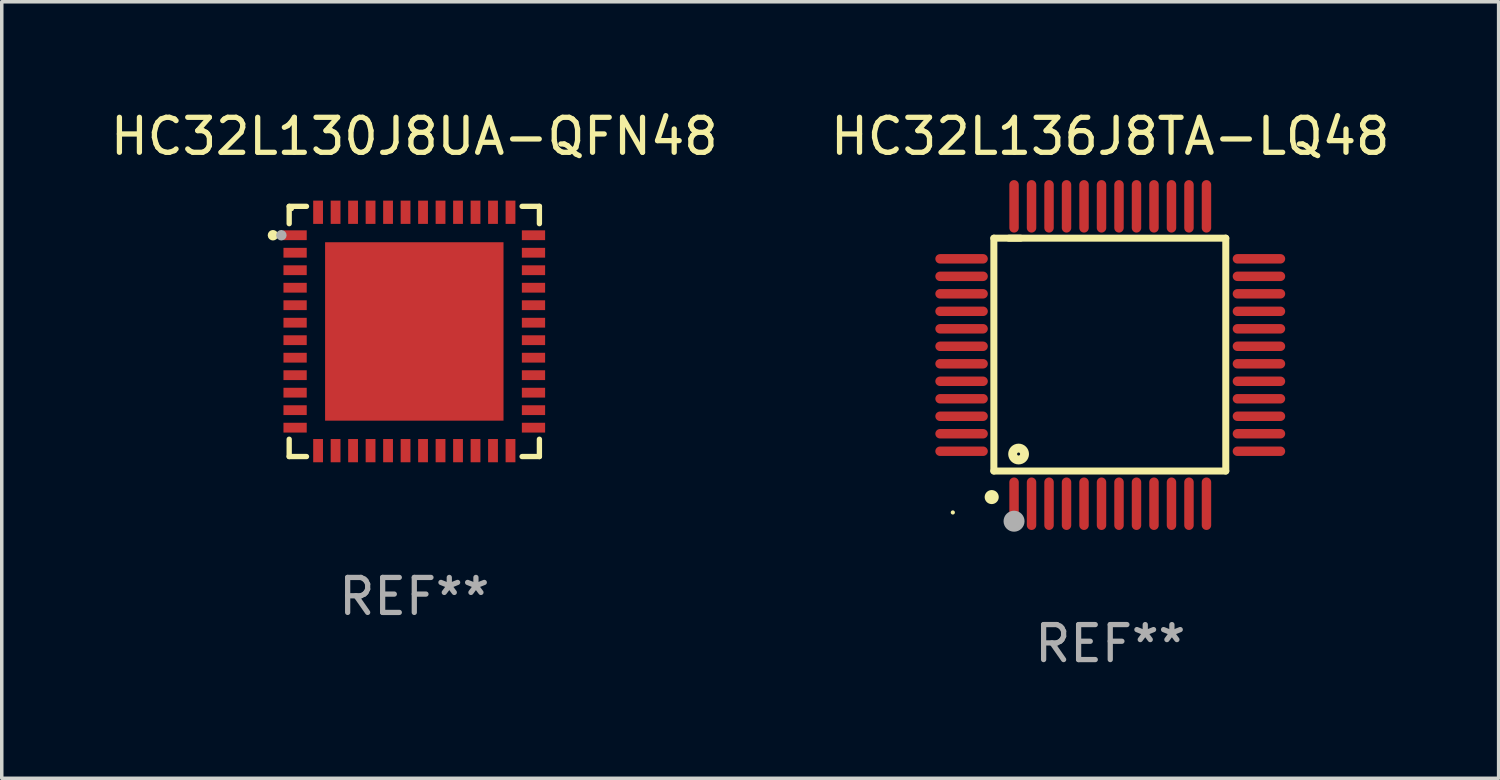
<source format=kicad_pcb>
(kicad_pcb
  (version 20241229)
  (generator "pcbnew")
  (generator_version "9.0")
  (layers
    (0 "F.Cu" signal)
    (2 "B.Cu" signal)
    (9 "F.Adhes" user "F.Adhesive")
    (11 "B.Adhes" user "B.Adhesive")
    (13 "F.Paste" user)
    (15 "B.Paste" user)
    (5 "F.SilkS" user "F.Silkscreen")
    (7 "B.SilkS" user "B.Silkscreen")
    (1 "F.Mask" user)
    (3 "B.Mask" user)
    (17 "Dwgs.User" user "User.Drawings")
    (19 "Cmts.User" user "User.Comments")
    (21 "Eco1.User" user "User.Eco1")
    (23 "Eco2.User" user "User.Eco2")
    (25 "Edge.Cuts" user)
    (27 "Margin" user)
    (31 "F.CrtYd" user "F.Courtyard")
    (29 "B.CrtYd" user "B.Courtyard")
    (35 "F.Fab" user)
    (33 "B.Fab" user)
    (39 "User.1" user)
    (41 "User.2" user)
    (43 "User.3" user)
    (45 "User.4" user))
  (footprint "HC32L130J8UA-QFN48"
    (layer "F.Cu")
    (at 8.792 6.424)
    (property "Reference" "HC32L130J8UA-QFN48" (at 0 -5.576 0) (layer "F.SilkS") (effects (font (size 1 1) (thickness 0.15))))
    (attr through_hole)
    (fp_line (start -3.576 -3.576) (end -3.576 -3.081) (stroke (width 0.152) (type solid)) (layer "F.SilkS"))
    (fp_line (start -3.576 3.576) (end -3.576 3.081) (stroke (width 0.152) (type solid)) (layer "F.SilkS"))
    (fp_line (start -3.081 -3.576) (end -3.576 -3.576) (stroke (width 0.152) (type solid)) (layer "F.SilkS"))
    (fp_line (start -3.081 3.576) (end -3.576 3.576) (stroke (width 0.152) (type solid)) (layer "F.SilkS"))
    (fp_line (start 3.081 -3.576) (end 3.576 -3.576) (stroke (width 0.152) (type solid)) (layer "F.SilkS"))
    (fp_line (start 3.081 3.576) (end 3.576 3.576) (stroke (width 0.152) (type solid)) (layer "F.SilkS"))
    (fp_line (start 3.576 -3.576) (end 3.576 -3.081) (stroke (width 0.152) (type solid)) (layer "F.SilkS"))
    (fp_line (start 3.576 3.576) (end 3.576 3.081) (stroke (width 0.152) (type solid)) (layer "F.SilkS"))
    (fp_circle (center -4.04 -2.75) (end -3.965 -2.75) (stroke (width 0.15) (type solid)) (fill no) (layer "F.SilkS"))
    (fp_circle (center -3.5 -3.5) (end -3.47 -3.5) (stroke (width 0.06) (type solid)) (fill no) (layer "F.SilkS"))
    (fp_circle (center -3.8 -2.75) (end -3.725 -2.75) (stroke (width 0.15) (type solid)) (fill no) (layer "F.Fab"))
    (fp_text user "REF**" (at 0 7.576 0) (layer "F.Fab") (effects (font (size 1 1) (thickness 0.15))))
    (pad "1" smd rect (at -3.407 -2.75) (size 0.665 0.28) (layers "F.Cu" "F.Mask" "F.Paste"))
    (pad "2" smd rect (at -3.407 -2.25) (size 0.665 0.28) (layers "F.Cu" "F.Mask" "F.Paste"))
    (pad "3" smd rect (at -3.407 -1.75) (size 0.665 0.28) (layers "F.Cu" "F.Mask" "F.Paste"))
    (pad "4" smd rect (at -3.407 -1.25) (size 0.665 0.28) (layers "F.Cu" "F.Mask" "F.Paste"))
    (pad "5" smd rect (at -3.407 -0.75) (size 0.665 0.28) (layers "F.Cu" "F.Mask" "F.Paste"))
    (pad "6" smd rect (at -3.407 -0.25) (size 0.665 0.28) (layers "F.Cu" "F.Mask" "F.Paste"))
    (pad "7" smd rect (at -3.407 0.25) (size 0.665 0.28) (layers "F.Cu" "F.Mask" "F.Paste"))
    (pad "8" smd rect (at -3.407 0.75) (size 0.665 0.28) (layers "F.Cu" "F.Mask" "F.Paste"))
    (pad "9" smd rect (at -3.407 1.25) (size 0.665 0.28) (layers "F.Cu" "F.Mask" "F.Paste"))
    (pad "10" smd rect (at -3.407 1.75) (size 0.665 0.28) (layers "F.Cu" "F.Mask" "F.Paste"))
    (pad "11" smd rect (at -3.407 2.25) (size 0.665 0.28) (layers "F.Cu" "F.Mask" "F.Paste"))
    (pad "12" smd rect (at -3.407 2.75) (size 0.665 0.28) (layers "F.Cu" "F.Mask" "F.Paste"))
    (pad "13" smd rect (at -2.75 3.407) (size 0.28 0.665) (layers "F.Cu" "F.Mask" "F.Paste"))
    (pad "14" smd rect (at -2.25 3.407) (size 0.28 0.665) (layers "F.Cu" "F.Mask" "F.Paste"))
    (pad "15" smd rect (at -1.75 3.407) (size 0.28 0.665) (layers "F.Cu" "F.Mask" "F.Paste"))
    (pad "16" smd rect (at -1.25 3.407) (size 0.28 0.665) (layers "F.Cu" "F.Mask" "F.Paste"))
    (pad "17" smd rect (at -0.75 3.407) (size 0.28 0.665) (layers "F.Cu" "F.Mask" "F.Paste"))
    (pad "18" smd rect (at -0.25 3.407) (size 0.28 0.665) (layers "F.Cu" "F.Mask" "F.Paste"))
    (pad "19" smd rect (at 0.25 3.407) (size 0.28 0.665) (layers "F.Cu" "F.Mask" "F.Paste"))
    (pad "20" smd rect (at 0.75 3.407) (size 0.28 0.665) (layers "F.Cu" "F.Mask" "F.Paste"))
    (pad "21" smd rect (at 1.25 3.407) (size 0.28 0.665) (layers "F.Cu" "F.Mask" "F.Paste"))
    (pad "22" smd rect (at 1.75 3.407) (size 0.28 0.665) (layers "F.Cu" "F.Mask" "F.Paste"))
    (pad "23" smd rect (at 2.25 3.407) (size 0.28 0.665) (layers "F.Cu" "F.Mask" "F.Paste"))
    (pad "24" smd rect (at 2.75 3.407) (size 0.28 0.665) (layers "F.Cu" "F.Mask" "F.Paste"))
    (pad "25" smd rect (at 3.407 2.75) (size 0.665 0.28) (layers "F.Cu" "F.Mask" "F.Paste"))
    (pad "26" smd rect (at 3.407 2.25) (size 0.665 0.28) (layers "F.Cu" "F.Mask" "F.Paste"))
    (pad "27" smd rect (at 3.407 1.75) (size 0.665 0.28) (layers "F.Cu" "F.Mask" "F.Paste"))
    (pad "28" smd rect (at 3.407 1.25) (size 0.665 0.28) (layers "F.Cu" "F.Mask" "F.Paste"))
    (pad "29" smd rect (at 3.407 0.75) (size 0.665 0.28) (layers "F.Cu" "F.Mask" "F.Paste"))
    (pad "30" smd rect (at 3.407 0.25) (size 0.665 0.28) (layers "F.Cu" "F.Mask" "F.Paste"))
    (pad "31" smd rect (at 3.407 -0.25) (size 0.665 0.28) (layers "F.Cu" "F.Mask" "F.Paste"))
    (pad "32" smd rect (at 3.407 -0.75) (size 0.665 0.28) (layers "F.Cu" "F.Mask" "F.Paste"))
    (pad "33" smd rect (at 3.407 -1.25) (size 0.665 0.28) (layers "F.Cu" "F.Mask" "F.Paste"))
    (pad "34" smd rect (at 3.407 -1.75) (size 0.665 0.28) (layers "F.Cu" "F.Mask" "F.Paste"))
    (pad "35" smd rect (at 3.407 -2.25) (size 0.665 0.28) (layers "F.Cu" "F.Mask" "F.Paste"))
    (pad "36" smd rect (at 3.407 -2.75) (size 0.665 0.28) (layers "F.Cu" "F.Mask" "F.Paste"))
    (pad "37" smd rect (at 2.75 -3.407) (size 0.28 0.665) (layers "F.Cu" "F.Mask" "F.Paste"))
    (pad "38" smd rect (at 2.25 -3.407) (size 0.28 0.665) (layers "F.Cu" "F.Mask" "F.Paste"))
    (pad "39" smd rect (at 1.75 -3.407) (size 0.28 0.665) (layers "F.Cu" "F.Mask" "F.Paste"))
    (pad "40" smd rect (at 1.25 -3.407) (size 0.28 0.665) (layers "F.Cu" "F.Mask" "F.Paste"))
    (pad "41" smd rect (at 0.75 -3.407) (size 0.28 0.665) (layers "F.Cu" "F.Mask" "F.Paste"))
    (pad "42" smd rect (at 0.25 -3.407) (size 0.28 0.665) (layers "F.Cu" "F.Mask" "F.Paste"))
    (pad "43" smd rect (at -0.25 -3.407) (size 0.28 0.665) (layers "F.Cu" "F.Mask" "F.Paste"))
    (pad "44" smd rect (at -0.75 -3.407) (size 0.28 0.665) (layers "F.Cu" "F.Mask" "F.Paste"))
    (pad "45" smd rect (at -1.25 -3.407) (size 0.28 0.665) (layers "F.Cu" "F.Mask" "F.Paste"))
    (pad "46" smd rect (at -1.75 -3.407) (size 0.28 0.665) (layers "F.Cu" "F.Mask" "F.Paste"))
    (pad "47" smd rect (at -2.25 -3.407) (size 0.28 0.665) (layers "F.Cu" "F.Mask" "F.Paste"))
    (pad "48" smd rect (at -2.75 -3.407) (size 0.28 0.665) (layers "F.Cu" "F.Mask" "F.Paste"))
    (pad "49" smd rect (at 0 0) (size 5.1 5.1) (layers "F.Cu" "F.Mask" "F.Paste")))
  (footprint "HC32L136J8TA-LQ48"
    (layer "F.Cu")
    (at 28.685 7.098)
    (property "Reference" "HC32L136J8TA-LQ48" (at 0 -6.25 0) (layer "F.SilkS") (effects (font (size 1 1) (thickness 0.15))))
    (attr through_hole)
    (fp_line (start -3.327 -3.34) (end -2.565 -3.34) (stroke (width 0.2) (type solid)) (layer "F.SilkS"))
    (fp_line (start -3.327 3.315) (end -3.327 -3.34) (stroke (width 0.2) (type solid)) (layer "F.SilkS"))
    (fp_line (start -2.896 -3.34) (end 3.302 -3.34) (stroke (width 0.2) (type solid)) (layer "F.SilkS"))
    (fp_line (start 3.302 -3.34) (end 3.302 3.315) (stroke (width 0.2) (type solid)) (layer "F.SilkS"))
    (fp_line (start 3.302 3.315) (end -3.327 3.315) (stroke (width 0.2) (type solid)) (layer "F.SilkS"))
    (fp_arc (start -3.389992 4.059995) (mid -3.388722 4.059991) (end -3.387452 4.059995) (stroke (width 0.4) (type solid)) (layer "F.SilkS"))
    (fp_circle (center -4.5 4.5) (end -4.47 4.5) (stroke (width 0.06) (type solid)) (fill no) (layer "F.SilkS"))
    (fp_circle (center -2.62 2.83) (end -2.45 2.83) (stroke (width 0.254) (type solid)) (fill no) (layer "F.SilkS"))
    (fp_circle (center -2.75 4.75) (end -2.6 4.75) (stroke (width 0.3) (type solid)) (fill no) (layer "F.Fab"))
    (fp_text user "REF**" (at 0 8.25 0) (layer "F.Fab") (effects (font (size 1 1) (thickness 0.15))))
    (pad "1" smd oval (at -2.75 4.25) (size 0.27 1.5) (layers "F.Cu" "F.Mask" "F.Paste"))
    (pad "2" smd oval (at -2.25 4.25) (size 0.27 1.5) (layers "F.Cu" "F.Mask" "F.Paste"))
    (pad "3" smd oval (at -1.75 4.25) (size 0.27 1.5) (layers "F.Cu" "F.Mask" "F.Paste"))
    (pad "4" smd oval (at -1.25 4.25) (size 0.27 1.5) (layers "F.Cu" "F.Mask" "F.Paste"))
    (pad "5" smd oval (at -0.75 4.25) (size 0.27 1.5) (layers "F.Cu" "F.Mask" "F.Paste"))
    (pad "6" smd oval (at -0.25 4.25) (size 0.27 1.5) (layers "F.Cu" "F.Mask" "F.Paste"))
    (pad "7" smd oval (at 0.25 4.25) (size 0.27 1.5) (layers "F.Cu" "F.Mask" "F.Paste"))
    (pad "8" smd oval (at 0.75 4.25) (size 0.27 1.5) (layers "F.Cu" "F.Mask" "F.Paste"))
    (pad "9" smd oval (at 1.25 4.25) (size 0.27 1.5) (layers "F.Cu" "F.Mask" "F.Paste"))
    (pad "10" smd oval (at 1.75 4.25) (size 0.27 1.5) (layers "F.Cu" "F.Mask" "F.Paste"))
    (pad "11" smd oval (at 2.25 4.25) (size 0.27 1.5) (layers "F.Cu" "F.Mask" "F.Paste"))
    (pad "12" smd oval (at 2.75 4.25) (size 0.27 1.5) (layers "F.Cu" "F.Mask" "F.Paste"))
    (pad "13" smd oval (at 4.25 2.75) (size 1.5 0.27) (layers "F.Cu" "F.Mask" "F.Paste"))
    (pad "14" smd oval (at 4.25 2.25) (size 1.5 0.27) (layers "F.Cu" "F.Mask" "F.Paste"))
    (pad "15" smd oval (at 4.25 1.75) (size 1.5 0.27) (layers "F.Cu" "F.Mask" "F.Paste"))
    (pad "16" smd oval (at 4.25 1.25) (size 1.5 0.27) (layers "F.Cu" "F.Mask" "F.Paste"))
    (pad "17" smd oval (at 4.25 0.75) (size 1.5 0.27) (layers "F.Cu" "F.Mask" "F.Paste"))
    (pad "18" smd oval (at 4.25 0.25) (size 1.5 0.27) (layers "F.Cu" "F.Mask" "F.Paste"))
    (pad "19" smd oval (at 4.25 -0.25) (size 1.5 0.27) (layers "F.Cu" "F.Mask" "F.Paste"))
    (pad "20" smd oval (at 4.25 -0.75) (size 1.5 0.27) (layers "F.Cu" "F.Mask" "F.Paste"))
    (pad "21" smd oval (at 4.25 -1.25) (size 1.5 0.27) (layers "F.Cu" "F.Mask" "F.Paste"))
    (pad "22" smd oval (at 4.25 -1.75) (size 1.5 0.27) (layers "F.Cu" "F.Mask" "F.Paste"))
    (pad "23" smd oval (at 4.25 -2.25) (size 1.5 0.27) (layers "F.Cu" "F.Mask" "F.Paste"))
    (pad "24" smd oval (at 4.25 -2.75) (size 1.5 0.27) (layers "F.Cu" "F.Mask" "F.Paste"))
    (pad "25" smd oval (at 2.75 -4.25) (size 0.27 1.5) (layers "F.Cu" "F.Mask" "F.Paste"))
    (pad "26" smd oval (at 2.25 -4.25) (size 0.27 1.5) (layers "F.Cu" "F.Mask" "F.Paste"))
    (pad "27" smd oval (at 1.75 -4.25) (size 0.27 1.5) (layers "F.Cu" "F.Mask" "F.Paste"))
    (pad "28" smd oval (at 1.25 -4.25) (size 0.27 1.5) (layers "F.Cu" "F.Mask" "F.Paste"))
    (pad "29" smd oval (at 0.75 -4.25) (size 0.27 1.5) (layers "F.Cu" "F.Mask" "F.Paste"))
    (pad "30" smd oval (at 0.25 -4.25) (size 0.27 1.5) (layers "F.Cu" "F.Mask" "F.Paste"))
    (pad "31" smd oval (at -0.25 -4.25) (size 0.27 1.5) (layers "F.Cu" "F.Mask" "F.Paste"))
    (pad "32" smd oval (at -0.75 -4.25) (size 0.27 1.5) (layers "F.Cu" "F.Mask" "F.Paste"))
    (pad "33" smd oval (at -1.25 -4.25) (size 0.27 1.5) (layers "F.Cu" "F.Mask" "F.Paste"))
    (pad "34" smd oval (at -1.75 -4.25) (size 0.27 1.5) (layers "F.Cu" "F.Mask" "F.Paste"))
    (pad "35" smd oval (at -2.25 -4.25) (size 0.27 1.5) (layers "F.Cu" "F.Mask" "F.Paste"))
    (pad "36" smd oval (at -2.75 -4.25) (size 0.27 1.5) (layers "F.Cu" "F.Mask" "F.Paste"))
    (pad "37" smd oval (at -4.25 -2.75) (size 1.5 0.27) (layers "F.Cu" "F.Mask" "F.Paste"))
    (pad "38" smd oval (at -4.25 -2.25) (size 1.5 0.27) (layers "F.Cu" "F.Mask" "F.Paste"))
    (pad "39" smd oval (at -4.25 -1.75) (size 1.5 0.27) (layers "F.Cu" "F.Mask" "F.Paste"))
    (pad "40" smd oval (at -4.25 -1.25) (size 1.5 0.27) (layers "F.Cu" "F.Mask" "F.Paste"))
    (pad "41" smd oval (at -4.25 -0.75) (size 1.5 0.27) (layers "F.Cu" "F.Mask" "F.Paste"))
    (pad "42" smd oval (at -4.25 -0.25) (size 1.5 0.27) (layers "F.Cu" "F.Mask" "F.Paste"))
    (pad "43" smd oval (at -4.25 0.25) (size 1.5 0.27) (layers "F.Cu" "F.Mask" "F.Paste"))
    (pad "44" smd oval (at -4.25 0.75) (size 1.5 0.27) (layers "F.Cu" "F.Mask" "F.Paste"))
    (pad "45" smd oval (at -4.25 1.25) (size 1.5 0.27) (layers "F.Cu" "F.Mask" "F.Paste"))
    (pad "46" smd oval (at -4.25 1.75) (size 1.5 0.27) (layers "F.Cu" "F.Mask" "F.Paste"))
    (pad "47" smd oval (at -4.25 2.25) (size 1.5 0.27) (layers "F.Cu" "F.Mask" "F.Paste"))
    (pad "48" smd oval (at -4.25 2.75) (size 1.5 0.27) (layers "F.Cu" "F.Mask" "F.Paste")))
  (gr_rect
    (start -3 -3)
    (end 39.786 19.196)
    (stroke (width 0.1) (type default))
    (fill no)
    (layer "Edge.Cuts")))
</source>
